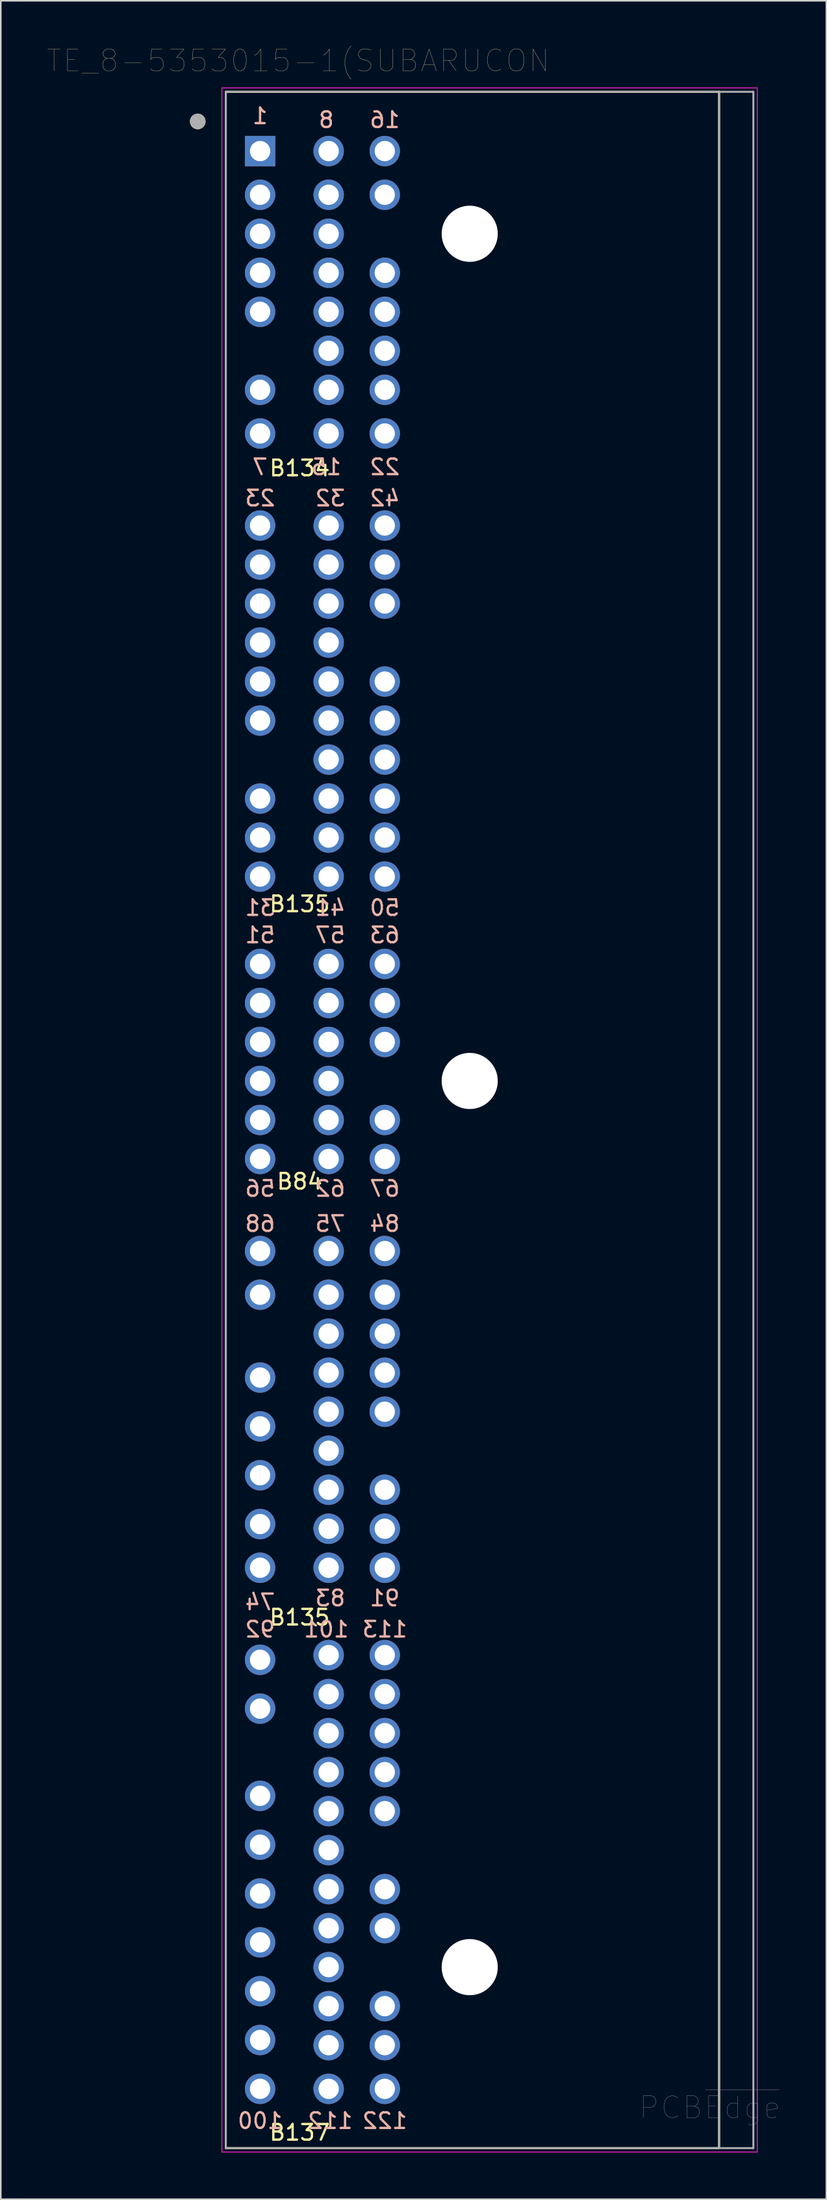
<source format=kicad_pcb>
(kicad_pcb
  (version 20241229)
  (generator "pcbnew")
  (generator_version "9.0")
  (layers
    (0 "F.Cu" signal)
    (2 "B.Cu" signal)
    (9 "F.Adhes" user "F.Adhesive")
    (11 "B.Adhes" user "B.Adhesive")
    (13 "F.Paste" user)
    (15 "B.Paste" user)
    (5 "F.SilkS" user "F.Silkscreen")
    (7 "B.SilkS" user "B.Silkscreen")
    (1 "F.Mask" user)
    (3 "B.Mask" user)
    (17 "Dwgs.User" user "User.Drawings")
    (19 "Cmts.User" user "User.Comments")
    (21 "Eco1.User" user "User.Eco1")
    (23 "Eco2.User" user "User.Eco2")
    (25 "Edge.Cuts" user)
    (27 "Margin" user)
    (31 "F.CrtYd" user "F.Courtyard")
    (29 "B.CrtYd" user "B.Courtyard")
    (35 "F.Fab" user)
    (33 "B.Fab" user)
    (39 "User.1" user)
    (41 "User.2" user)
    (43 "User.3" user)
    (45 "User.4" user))
  (footprint "TE_8-5353015-1(SUBARUCON"
    (layer "F.Cu")
    (at 13.637 6.634)
    (property "Reference" "TE_8-5353015-1(SUBARUCON" (at 2.445 -5.789 0) (layer "F.SilkS") (effects (font (size 1.4 1.4) (thickness 0.015))))
    (attr through_hole)
    (fp_line (start -2.2 -3.8) (end -2.2 128) (stroke (width 0.127) (type solid)) (layer "F.SilkS"))
    (fp_line (start -2.2 128) (end 29.45 128) (stroke (width 0.127) (type solid)) (layer "F.SilkS"))
    (fp_line (start 29.45 -3.8) (end -2.2 -3.8) (stroke (width 0.127) (type solid)) (layer "F.SilkS"))
    (fp_line (start 29.45 128) (end 29.45 -3.8) (stroke (width 0.127) (type solid)) (layer "F.SilkS"))
    (fp_circle (center -4 -1.9) (end -3.75 -1.9) (stroke (width 0.5) (type solid)) (fill no) (layer "F.SilkS"))
    (fp_line (start -2.45 -4.05) (end 31.9 -4.05) (stroke (width 0.05) (type solid)) (layer "F.CrtYd"))
    (fp_line (start -2.45 128.25) (end -2.45 -4.05) (stroke (width 0.05) (type solid)) (layer "F.CrtYd"))
    (fp_line (start 31.9 -4.05) (end 31.9 128.25) (stroke (width 0.05) (type solid)) (layer "F.CrtYd"))
    (fp_line (start 31.9 128.25) (end -2.45 128.25) (stroke (width 0.05) (type solid)) (layer "F.CrtYd"))
    (fp_line (start -2.2 -3.8) (end -2.2 128) (stroke (width 0.127) (type solid)) (layer "F.Fab"))
    (fp_line (start -2.2 128) (end 29.45 128) (stroke (width 0.127) (type solid)) (layer "F.Fab"))
    (fp_line (start 29.45 -3.8) (end -2.2 -3.8) (stroke (width 0.127) (type solid)) (layer "F.Fab"))
    (fp_line (start 29.45 128) (end 29.45 -3.8) (stroke (width 0.127) (type solid)) (layer "F.Fab"))
    (fp_line (start 29.45 128) (end 31.65 128) (stroke (width 0.127) (type solid)) (layer "F.Fab"))
    (fp_line (start 31.65 -3.8) (end 29.45 -3.8) (stroke (width 0.127) (type solid)) (layer "F.Fab"))
    (fp_line (start 31.65 128) (end 31.65 -3.8) (stroke (width 0.127) (type solid)) (layer "F.Fab"))
    (fp_circle (center -4 -1.9) (end -3.75 -1.9) (stroke (width 0.5) (type solid)) (fill no) (layer "F.Fab"))
    (fp_text user "B134" (at 2.54 20.32 0) (unlocked yes) (layer "F.SilkS") (effects (font (size 1 1) (thickness 0.15))))
    (fp_text user "B135" (at 2.54 48.26 0) (unlocked yes) (layer "F.SilkS") (effects (font (size 1 1) (thickness 0.15))))
    (fp_text user "B84" (at 2.54 66.04 0) (unlocked yes) (layer "F.SilkS") (effects (font (size 1 1) (thickness 0.15))))
    (fp_text user "B137" (at 2.54 127 0) (unlocked yes) (layer "F.SilkS") (effects (font (size 1 1) (thickness 0.15))))
    (fp_text user "B135" (at 2.54 93.98 0) (unlocked yes) (layer "F.SilkS") (effects (font (size 1 1) (thickness 0.15))))
    (fp_text user "32" (at 4.5 22.25 0) (layer "B.SilkS") (effects (font (size 1 1) (thickness 0.15)) (justify mirror)))
    (fp_text user "83" (at 4.5 92.75 0) (layer "B.SilkS") (effects (font (size 1 1) (thickness 0.15)) (justify mirror)))
    (fp_text user "101" (at 4.25 94.75 0) (layer "B.SilkS") (effects (font (size 1 1) (thickness 0.15)) (justify mirror)))
    (fp_text user "42" (at 8 22.25 0) (layer "B.SilkS") (effects (font (size 1 1) (thickness 0.15)) (justify mirror)))
    (fp_text user "62" (at 4.5 66.5 0) (layer "B.SilkS") (effects (font (size 1 1) (thickness 0.15)) (justify mirror)))
    (fp_text user "56" (at 0 66.5 0) (layer "B.SilkS") (effects (font (size 1 1) (thickness 0.15)) (justify mirror)))
    (fp_text user "113" (at 8 94.75 0) (layer "B.SilkS") (effects (font (size 1 1) (thickness 0.15)) (justify mirror)))
    (fp_text user "31" (at 0 48.5 0) (layer "B.SilkS") (effects (font (size 1 1) (thickness 0.15)) (justify mirror)))
    (fp_text user "7" (at 0 20.25 0) (layer "B.SilkS") (effects (font (size 1 1) (thickness 0.15)) (justify mirror)))
    (fp_text user "16" (at 8 -2 0) (layer "B.SilkS") (effects (font (size 1 1) (thickness 0.15)) (justify mirror)))
    (fp_text user "74" (at 0 93 0) (layer "B.SilkS") (effects (font (size 1 1) (thickness 0.15)) (justify mirror)))
    (fp_text user "50" (at 8 48.5 0) (layer "B.SilkS") (effects (font (size 1 1) (thickness 0.15)) (justify mirror)))
    (fp_text user "91" (at 8 92.75 0) (layer "B.SilkS") (effects (font (size 1 1) (thickness 0.15)) (justify mirror)))
    (fp_text user "112" (at 4.5 126.25 0) (layer "B.SilkS") (effects (font (size 1 1) (thickness 0.15)) (justify mirror)))
    (fp_text user "63" (at 8 50.25 0) (layer "B.SilkS") (effects (font (size 1 1) (thickness 0.15)) (justify mirror)))
    (fp_text user "51" (at 0 50.25 0) (layer "B.SilkS") (effects (font (size 1 1) (thickness 0.15)) (justify mirror)))
    (fp_text user "84" (at 8 68.75 0) (layer "B.SilkS") (effects (font (size 1 1) (thickness 0.15)) (justify mirror)))
    (fp_text user "41" (at 4.5 48.5 0) (layer "B.SilkS") (effects (font (size 1 1) (thickness 0.15)) (justify mirror)))
    (fp_text user "15" (at 4.25 20.25 0) (layer "B.SilkS") (effects (font (size 1 1) (thickness 0.15)) (justify mirror)))
    (fp_text user "100" (at 0 126.25 0) (layer "B.SilkS") (effects (font (size 1 1) (thickness 0.15)) (justify mirror)))
    (fp_text user "57" (at 4.5 50.25 0) (layer "B.SilkS") (effects (font (size 1 1) (thickness 0.15)) (justify mirror)))
    (fp_text user "23" (at 0 22.25 0) (layer "B.SilkS") (effects (font (size 1 1) (thickness 0.15)) (justify mirror)))
    (fp_text user "75" (at 4.5 68.75 0) (layer "B.SilkS") (effects (font (size 1 1) (thickness 0.15)) (justify mirror)))
    (fp_text user "68" (at 0 68.75 0) (layer "B.SilkS") (effects (font (size 1 1) (thickness 0.15)) (justify mirror)))
    (fp_text user "22" (at 8 20.25 0) (layer "B.SilkS") (effects (font (size 1 1) (thickness 0.15)) (justify mirror)))
    (fp_text user "1" (at 0 -2.25 0) (layer "B.SilkS") (effects (font (size 1 1) (thickness 0.15)) (justify mirror)))
    (fp_text user "92" (at 0 94.75 0) (layer "B.SilkS") (effects (font (size 1 1) (thickness 0.15)) (justify mirror)))
    (fp_text user "8" (at 4.25 -2 0) (layer "B.SilkS") (effects (font (size 1 1) (thickness 0.15)) (justify mirror)))
    (fp_text user "67" (at 8 66.5 0) (layer "B.SilkS") (effects (font (size 1 1) (thickness 0.15)) (justify mirror)))
    (fp_text user "122" (at 8 126.25 0) (layer "B.SilkS") (effects (font (size 1 1) (thickness 0.15)) (justify mirror)))
    (fp_text user "PCB~{Edge}" (at 28.85 125.4 0) (layer "F.Fab") (effects (font (size 1.4 1.4) (thickness 0.015))))
    (pad "" np_thru_hole circle (at 13.45 5.3) (size 3.6 3.6) (drill 3.6) (layers "*.Cu" "*.Mask"))
    (pad "" np_thru_hole circle (at 13.45 59.6) (size 3.6 3.6) (drill 3.6) (layers "*.Cu" "*.Mask"))
    (pad "" np_thru_hole circle (at 13.45 116.4) (size 3.6 3.6) (drill 3.6) (layers "*.Cu" "*.Mask"))
    (pad "3" thru_hole circle (at 0 5.3) (size 1.95 1.95) (drill 1.3) (layers "*.Cu" "*.Mask"))
    (pad "4" thru_hole circle (at 0 7.8) (size 1.95 1.95) (drill 1.3) (layers "*.Cu" "*.Mask"))
    (pad "5" thru_hole circle (at 0 10.3) (size 1.95 1.95) (drill 1.3) (layers "*.Cu" "*.Mask"))
    (pad "5v SENS" thru_hole circle (at 0 46.5) (size 1.95 1.95) (drill 1.3) (layers "*.Cu" "*.Mask"))
    (pad "6" thru_hole circle (at 0 15.3) (size 1.95 1.95) (drill 1.3) (layers "*.Cu" "*.Mask"))
    (pad "9" thru_hole circle (at 4.4 2.8) (size 1.95 1.95) (drill 1.3) (layers "*.Cu" "*.Mask"))
    (pad "10" thru_hole circle (at 4.4 5.3) (size 1.95 1.95) (drill 1.3) (layers "*.Cu" "*.Mask"))
    (pad "11" thru_hole circle (at 4.4 98.9) (size 1.95 1.95) (drill 1.3) (layers "*.Cu" "*.Mask"))
    (pad "12" thru_hole circle (at 4.4 10.3) (size 1.95 1.95) (drill 1.3) (layers "*.Cu" "*.Mask"))
    (pad "12VBUP" thru_hole circle (at 4.4 96.4) (size 1.95 1.95) (drill 1.3) (layers "*.Cu" "*.Mask"))
    (pad "12V_RAW" thru_hole circle (at 0 99.83) (size 1.95 1.95) (drill 1.3) (layers "*.Cu" "*.Mask"))
    (pad "12V_RAW" thru_hole circle (at 0 105.42) (size 1.95 1.95) (drill 1.3) (layers "*.Cu" "*.Mask"))
    (pad "22" thru_hole circle (at 8 96.4) (size 1.95 1.95) (drill 1.3) (layers "*.Cu" "*.Mask"))
    (pad "34" thru_hole circle (at 4.4 29) (size 1.95 1.95) (drill 1.3) (layers "*.Cu" "*.Mask"))
    (pad "69" thru_hole circle (at 0 73.3) (size 1.95 1.95) (drill 1.3) (layers "*.Cu" "*.Mask"))
    (pad "74" thru_hole circle (at 0 90.8) (size 1.95 1.95) (drill 1.3) (layers "*.Cu" "*.Mask"))
    (pad "78" thru_hole circle (at 4.4 78.3) (size 1.95 1.95) (drill 1.3) (layers "*.Cu" "*.Mask"))
    (pad "79" thru_hole circle (at 4.4 80.8) (size 1.95 1.95) (drill 1.3) (layers "*.Cu" "*.Mask"))
    (pad "80" thru_hole circle (at 4.4 83.3) (size 1.95 1.95) (drill 1.3) (layers "*.Cu" "*.Mask"))
    (pad "81" thru_hole circle (at 4.4 85.8) (size 1.95 1.95) (drill 1.3) (layers "*.Cu" "*.Mask"))
    (pad "103" thru_hole circle (at 4.4 101.4) (size 1.95 1.95) (drill 1.3) (layers "*.Cu" "*.Mask"))
    (pad "104" thru_hole circle (at 4.4 103.9) (size 1.95 1.95) (drill 1.3) (layers "*.Cu" "*.Mask"))
    (pad "105" thru_hole circle (at 4.4 106.4) (size 1.95 1.95) (drill 1.3) (layers "*.Cu" "*.Mask"))
    (pad "112" thru_hole circle (at 4.4 124.2) (size 1.95 1.95) (drill 1.3) (layers "*.Cu" "*.Mask"))
    (pad "114" thru_hole circle (at 8 98.9) (size 1.95 1.95) (drill 1.3) (layers "*.Cu" "*.Mask"))
    (pad "116" thru_hole circle (at 8 103.9) (size 1.95 1.95) (drill 1.3) (layers "*.Cu" "*.Mask"))
    (pad "117" thru_hole circle (at 8 106.4) (size 1.95 1.95) (drill 1.3) (layers "*.Cu" "*.Mask"))
    (pad "122" thru_hole circle (at 8 124.2) (size 1.95 1.95) (drill 1.3) (layers "*.Cu" "*.Mask"))
    (pad "CHECK" thru_hole circle (at 4.4 108.9) (size 1.95 1.95) (drill 1.3) (layers "*.Cu" "*.Mask"))
    (pad "GND" thru_hole circle (at 0 18.1) (size 1.95 1.95) (drill 1.3) (layers "*.Cu" "*.Mask"))
    (pad "GND" thru_hole circle (at 4.4 18.1) (size 1.95 1.95) (drill 1.3) (layers "*.Cu" "*.Mask"))
    (pad "GNDA" thru_hole circle (at 4.4 46.5) (size 1.95 1.95) (drill 1.3) (layers "*.Cu" "*.Mask"))
    (pad "GNDA" thru_hole circle (at 4.4 52.1) (size 1.95 1.95) (drill 1.3) (layers "*.Cu" "*.Mask"))
    (pad "GNDA" thru_hole circle (at 8 24) (size 1.95 1.95) (drill 1.3) (layers "*.Cu" "*.Mask"))
    (pad "GNDIGN" thru_hole circle (at 8 73.3) (size 1.95 1.95) (drill 1.3) (layers "*.Cu" "*.Mask"))
    (pad "GNDINJ" thru_hole circle (at 4.4 70.5) (size 1.95 1.95) (drill 1.3) (layers "*.Cu" "*.Mask"))
    (pad "GNDPS" thru_hole circle (at 8 70.5) (size 1.95 1.95) (drill 1.3) (layers "*.Cu" "*.Mask"))
    (pad "GND_PS" thru_hole circle (at 8 18.1) (size 1.95 1.95) (drill 1.3) (layers "*.Cu" "*.Mask"))
    (pad "IN_CLT" thru_hole circle (at 4.4 44) (size 1.95 1.95) (drill 1.3) (layers "*.Cu" "*.Mask"))
    (pad "IN_CLUTCH" thru_hole circle (at 4.4 7.8) (size 1.95 1.95) (drill 1.3) (layers "*.Cu" "*.Mask"))
    (pad "IN_IAT" thru_hole circle (at 8 44) (size 1.95 1.95) (drill 1.3) (layers "*.Cu" "*.Mask"))
    (pad "IN_IGNITION" thru_hole circle (at 4.4 15.3) (size 1.95 1.95) (drill 1.3) (layers "*.Cu" "*.Mask"))
    (pad "IN_MAF" thru_hole circle (at 8 52.1) (size 1.95 1.95) (drill 1.3) (layers "*.Cu" "*.Mask"))
    (pad "IN_MAP" thru_hole circle (at 0 44) (size 1.95 1.95) (drill 1.3) (layers "*.Cu" "*.Mask"))
    (pad "IN_NEUTRAL" thru_hole circle (at 4.4 0) (size 1.95 1.95) (drill 1.3) (layers "*.Cu" "*.Mask"))
    (pad "IN_O2A+" thru_hole circle (at 4.4 118.9) (size 1.95 1.95) (drill 1.3) (layers "*.Cu" "*.Mask"))
    (pad "IN_O2A-" thru_hole circle (at 4.4 121.4) (size 1.95 1.95) (drill 1.3) (layers "*.Cu" "*.Mask"))
    (pad "IN_O2A-" thru_hole circle (at 8 118.9) (size 1.95 1.95) (drill 1.3) (layers "*.Cu" "*.Mask"))
    (pad "IN_O2B+" thru_hole circle (at 8 121.4) (size 1.95 1.95) (drill 1.3) (layers "*.Cu" "*.Mask"))
    (pad "IN_TPS" thru_hole circle (at 0 41.5) (size 1.95 1.95) (drill 1.3) (layers "*.Cu" "*.Mask"))
    (pad "IN_WHEEL" thru_hole rect (at 0 0) (size 1.95 1.95) (drill 1.3) (layers "*.Cu" "*.Mask"))
    (pad "KNOCK IN 1" thru_hole circle (at 0 31.5) (size 1.95 1.95) (drill 1.3) (layers "*.Cu" "*.Mask"))
    (pad "KNOCK IN 2 / OUT1 proto" thru_hole circle (at 4.4 31.5) (size 1.95 1.95) (drill 1.3) (layers "*.Cu" "*.Mask"))
    (pad "KNOCK SHIELD" thru_hole circle (at 8 29) (size 1.95 1.95) (drill 1.3) (layers "*.Cu" "*.Mask"))
    (pad "MAF_SHIELD" thru_hole circle (at 4.4 54.6) (size 1.95 1.95) (drill 1.3) (layers "*.Cu" "*.Mask"))
    (pad "O2_SHIELD" thru_hole circle (at 4.4 116.4) (size 1.95 1.95) (drill 1.3) (layers "*.Cu" "*.Mask"))
    (pad "OUT2 VIA" thru_hole circle (at 8 34) (size 1.95 1.95) (drill 1.3) (layers "*.Cu" "*.Mask"))
    (pad "OUT3_PS" thru_hole circle (at 8 36.5) (size 1.95 1.95) (drill 1.3) (layers "*.Cu" "*.Mask"))
    (pad "OUT_AC" thru_hole circle (at 8 111.4) (size 1.95 1.95) (drill 1.3) (layers "*.Cu" "*.Mask"))
    (pad "OUT_FAN1" thru_hole circle (at 4.4 113.9) (size 1.95 1.95) (drill 1.3) (layers "*.Cu" "*.Mask"))
    (pad "OUT_FAN3" thru_hole circle (at 8 113.9) (size 1.95 1.95) (drill 1.3) (layers "*.Cu" "*.Mask"))
    (pad "OUT_FAN3/WGT" thru_hole circle (at 8 101.4) (size 1.95 1.95) (drill 1.3) (layers "*.Cu" "*.Mask"))
    (pad "OUT_FP1" thru_hole circle (at 4.4 12.8) (size 1.95 1.95) (drill 1.3) (layers "*.Cu" "*.Mask"))
    (pad "OUT_FP2" thru_hole circle (at 4.4 88.3) (size 1.95 1.95) (drill 1.3) (layers "*.Cu" "*.Mask"))
    (pad "OUT_FP2" thru_hole circle (at 4.4 90.8) (size 1.95 1.95) (drill 1.3) (layers "*.Cu" "*.Mask"))
    (pad "OUT_IDLE" thru_hole circle (at 4.4 75.8) (size 1.95 1.95) (drill 1.3) (layers "*.Cu" "*.Mask"))
    (pad "OUT_IGN1" thru_hole circle (at 8 90.8) (size 1.95 1.95) (drill 1.3) (layers "*.Cu" "*.Mask"))
    (pad "OUT_IGN2" thru_hole circle (at 8 88.3) (size 1.95 1.95) (drill 1.3) (layers "*.Cu" "*.Mask"))
    (pad "OUT_IGN3" thru_hole circle (at 8 85.8) (size 1.95 1.95) (drill 1.3) (layers "*.Cu" "*.Mask"))
    (pad "OUT_IGN4" thru_hole circle (at 8 80.8) (size 1.95 1.95) (drill 1.3) (layers "*.Cu" "*.Mask"))
    (pad "OUT_IGN5" thru_hole circle (at 8 78.3) (size 1.95 1.95) (drill 1.3) (layers "*.Cu" "*.Mask"))
    (pad "OUT_IGN6" thru_hole circle (at 8 75.8) (size 1.95 1.95) (drill 1.3) (layers "*.Cu" "*.Mask"))
    (pad "OUT_INJ1" thru_hole circle (at 0 96.7) (size 1.95 1.95) (drill 1.3) (layers "*.Cu" "*.Mask"))
    (pad "OUT_INJ2" thru_hole circle (at 0 88) (size 1.95 1.95) (drill 1.3) (layers "*.Cu" "*.Mask"))
    (pad "OUT_INJ3" thru_hole circle (at 0 84.87) (size 1.95 1.95) (drill 1.3) (layers "*.Cu" "*.Mask"))
    (pad "OUT_INJ4" thru_hole circle (at 0 81.74) (size 1.95 1.95) (drill 1.3) (layers "*.Cu" "*.Mask"))
    (pad "OUT_INJ5" thru_hole circle (at 0 78.61) (size 1.95 1.95) (drill 1.3) (layers "*.Cu" "*.Mask"))
    (pad "OUT_INJ6" thru_hole circle (at 0 70.5) (size 1.95 1.95) (drill 1.3) (layers "*.Cu" "*.Mask"))
    (pad "OUT_RPM" thru_hole circle (at 4.4 73.3) (size 1.95 1.95) (drill 1.3) (layers "*.Cu" "*.Mask"))
    (pad "OUT_SSH" thru_hole circle (at 0 2.8) (size 1.95 1.95) (drill 1.3) (layers "*.Cu" "*.Mask"))
    (pad "VIA" thru_hole circle (at 0 29) (size 1.95 1.95) (drill 1.3) (layers "*.Cu" "*.Mask"))
    (pad "VIA" thru_hole circle (at 0 34) (size 1.95 1.95) (drill 1.3) (layers "*.Cu" "*.Mask"))
    (pad "VIA" thru_hole circle (at 0 36.5) (size 1.95 1.95) (drill 1.3) (layers "*.Cu" "*.Mask"))
    (pad "VIA" thru_hole circle (at 0 52.1) (size 1.95 1.95) (drill 1.3) (layers "*.Cu" "*.Mask"))
    (pad "VIA" thru_hole circle (at 0 54.6) (size 1.95 1.95) (drill 1.3) (layers "*.Cu" "*.Mask"))
    (pad "VIA" thru_hole circle (at 0 57.1) (size 1.95 1.95) (drill 1.3) (layers "*.Cu" "*.Mask"))
    (pad "VIA" thru_hole circle (at 0 59.6) (size 1.95 1.95) (drill 1.3) (layers "*.Cu" "*.Mask"))
    (pad "VIA" thru_hole circle (at 0 62.1) (size 1.95 1.95) (drill 1.3) (layers "*.Cu" "*.Mask"))
    (pad "VIA" thru_hole circle (at 0 64.6) (size 1.95 1.95) (drill 1.3) (layers "*.Cu" "*.Mask"))
    (pad "VIA" thru_hole circle (at 0 108.55) (size 1.95 1.95) (drill 1.3) (layers "*.Cu" "*.Mask"))
    (pad "VIA" thru_hole circle (at 0 111.68) (size 1.95 1.95) (drill 1.3) (layers "*.Cu" "*.Mask"))
    (pad "VIA" thru_hole circle (at 0 114.81) (size 1.95 1.95) (drill 1.3) (layers "*.Cu" "*.Mask"))
    (pad "VIA" thru_hole circle (at 0 117.94) (size 1.95 1.95) (drill 1.3) (layers "*.Cu" "*.Mask"))
    (pad "VIA" thru_hole circle (at 0 121.07) (size 1.95 1.95) (drill 1.3) (layers "*.Cu" "*.Mask"))
    (pad "VIA" thru_hole circle (at 0 124.2) (size 1.95 1.95) (drill 1.3) (layers "*.Cu" "*.Mask"))
    (pad "VIA" thru_hole circle (at 4.4 34) (size 1.95 1.95) (drill 1.3) (layers "*.Cu" "*.Mask"))
    (pad "VIA" thru_hole circle (at 4.4 36.5) (size 1.95 1.95) (drill 1.3) (layers "*.Cu" "*.Mask"))
    (pad "VIA" thru_hole circle (at 4.4 39) (size 1.95 1.95) (drill 1.3) (layers "*.Cu" "*.Mask"))
    (pad "VIA" thru_hole circle (at 4.4 41.5) (size 1.95 1.95) (drill 1.3) (layers "*.Cu" "*.Mask"))
    (pad "VIA" thru_hole circle (at 4.4 57.1) (size 1.95 1.95) (drill 1.3) (layers "*.Cu" "*.Mask"))
    (pad "VIA" thru_hole circle (at 4.4 59.6) (size 1.95 1.95) (drill 1.3) (layers "*.Cu" "*.Mask"))
    (pad "VIA" thru_hole circle (at 4.4 62.1) (size 1.95 1.95) (drill 1.3) (layers "*.Cu" "*.Mask"))
    (pad "VIA" thru_hole circle (at 4.4 64.6) (size 1.95 1.95) (drill 1.3) (layers "*.Cu" "*.Mask"))
    (pad "VIA" thru_hole circle (at 4.4 111.4) (size 1.95 1.95) (drill 1.3) (layers "*.Cu" "*.Mask"))
    (pad "VIA" thru_hole circle (at 8 0) (size 1.95 1.95) (drill 1.3) (layers "*.Cu" "*.Mask"))
    (pad "VIA" thru_hole circle (at 8 2.8) (size 1.95 1.95) (drill 1.3) (layers "*.Cu" "*.Mask"))
    (pad "VIA" thru_hole circle (at 8 7.8) (size 1.95 1.95) (drill 1.3) (layers "*.Cu" "*.Mask"))
    (pad "VIA" thru_hole circle (at 8 10.3) (size 1.95 1.95) (drill 1.3) (layers "*.Cu" "*.Mask"))
    (pad "VIA" thru_hole circle (at 8 12.8) (size 1.95 1.95) (drill 1.3) (layers "*.Cu" "*.Mask"))
    (pad "VIA" thru_hole circle (at 8 15.3) (size 1.95 1.95) (drill 1.3) (layers "*.Cu" "*.Mask"))
    (pad "VIA" thru_hole circle (at 8 39) (size 1.95 1.95) (drill 1.3) (layers "*.Cu" "*.Mask"))
    (pad "VIA" thru_hole circle (at 8 41.5) (size 1.95 1.95) (drill 1.3) (layers "*.Cu" "*.Mask"))
    (pad "VIA" thru_hole circle (at 8 46.5) (size 1.95 1.95) (drill 1.3) (layers "*.Cu" "*.Mask"))
    (pad "VIA" thru_hole circle (at 8 54.6) (size 1.95 1.95) (drill 1.3) (layers "*.Cu" "*.Mask"))
    (pad "VIA" thru_hole circle (at 8 57.1) (size 1.95 1.95) (drill 1.3) (layers "*.Cu" "*.Mask"))
    (pad "VIA" thru_hole circle (at 8 62.1) (size 1.95 1.95) (drill 1.3) (layers "*.Cu" "*.Mask"))
    (pad "VIA" thru_hole circle (at 8 64.6) (size 1.95 1.95) (drill 1.3) (layers "*.Cu" "*.Mask"))
    (pad "VR/HALL CAM-" thru_hole circle (at 4.4 24) (size 1.95 1.95) (drill 1.3) (layers "*.Cu" "*.Mask"))
    (pad "VR/HALL CRANK+" thru_hole circle (at 0 26.5) (size 1.95 1.95) (drill 1.3) (layers "*.Cu" "*.Mask"))
    (pad "VR/HALL CRANK-" thru_hole circle (at 4.4 26.5) (size 1.95 1.95) (drill 1.3) (layers "*.Cu" "*.Mask"))
    (pad "VR/HALL SHIELD" thru_hole circle (at 8 26.5) (size 1.95 1.95) (drill 1.3) (layers "*.Cu" "*.Mask"))
    (pad "VR/HALL_CAM+" thru_hole circle (at 0 24) (size 1.95 1.95) (drill 1.3) (layers "*.Cu" "*.Mask")))
  (gr_rect
    (start -3 -3)
    (end 49.97 137.909)
    (stroke (width 0.1) (type default))
    (fill no)
    (layer "Edge.Cuts")))
</source>
